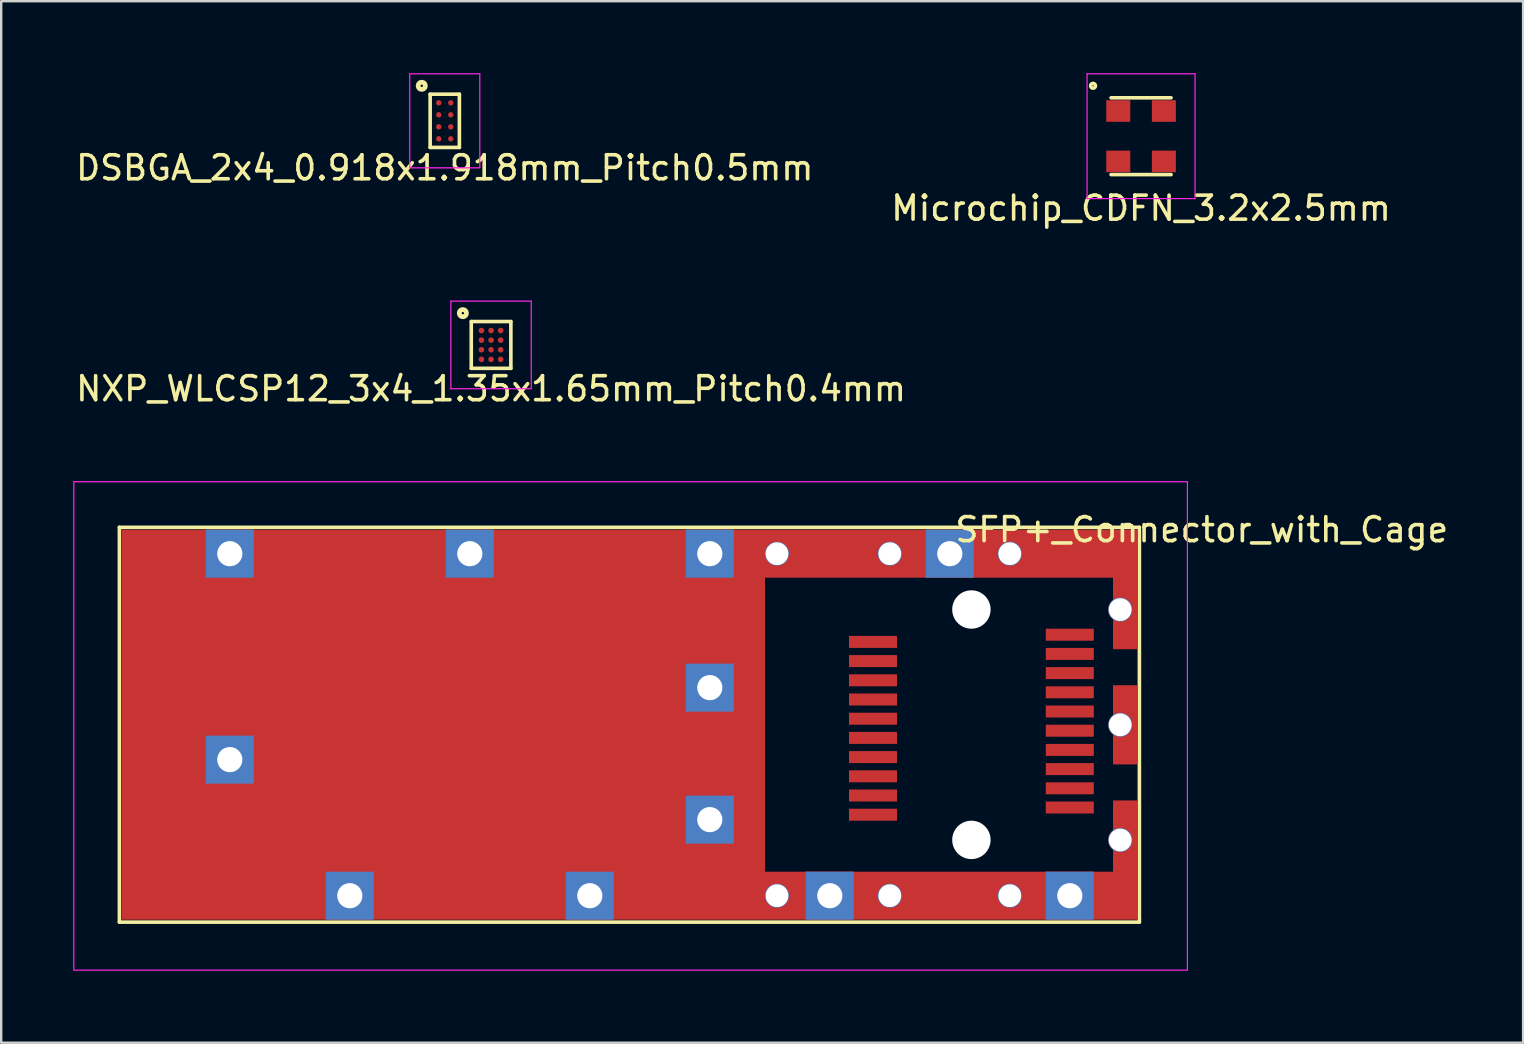
<source format=kicad_pcb>
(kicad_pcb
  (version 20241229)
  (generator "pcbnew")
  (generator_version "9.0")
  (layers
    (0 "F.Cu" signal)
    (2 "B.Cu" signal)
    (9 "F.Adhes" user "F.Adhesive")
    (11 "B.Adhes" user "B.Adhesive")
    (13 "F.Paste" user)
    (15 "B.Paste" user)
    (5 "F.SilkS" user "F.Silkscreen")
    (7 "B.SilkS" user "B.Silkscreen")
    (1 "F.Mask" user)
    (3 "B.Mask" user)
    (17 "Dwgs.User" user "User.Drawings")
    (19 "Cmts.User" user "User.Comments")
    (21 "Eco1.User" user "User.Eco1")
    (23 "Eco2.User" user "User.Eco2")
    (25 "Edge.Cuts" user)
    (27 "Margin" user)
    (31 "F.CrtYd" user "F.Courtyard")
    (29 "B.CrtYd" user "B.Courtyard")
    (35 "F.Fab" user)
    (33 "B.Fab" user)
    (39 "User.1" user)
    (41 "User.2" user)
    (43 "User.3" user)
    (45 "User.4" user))
  (footprint "SFP+_Connector_with_Cage"
    (layer "F.Cu")
    (at 2.025 19.021)
    (property "Reference" "SFP+_Connector_with_Cage" (at 45 0 0) (layer "F.SilkS") (effects (font (size 1 1) (thickness 0.15))))
    (attr through_hole)
    (fp_line (start -0.1 -0.1) (end -0.1 16.35) (stroke (width 0.15) (type solid)) (layer "F.SilkS"))
    (fp_line (start -0.1 16.35) (end 42.4 16.35) (stroke (width 0.15) (type solid)) (layer "F.SilkS"))
    (fp_line (start 42.4 -0.1) (end -0.1 -0.1) (stroke (width 0.15) (type solid)) (layer "F.SilkS"))
    (fp_line (start 42.4 16.35) (end 42.4 -0.1) (stroke (width 0.15) (type solid)) (layer "F.SilkS"))
    (fp_line (start -2 -2) (end -2 18.35) (stroke (width 0.05) (type solid)) (layer "F.CrtYd"))
    (fp_line (start -2 18.35) (end 44.4 18.35) (stroke (width 0.05) (type solid)) (layer "F.CrtYd"))
    (fp_line (start 44.4 -2) (end -2 -2) (stroke (width 0.05) (type solid)) (layer "F.CrtYd"))
    (fp_line (start 44.4 18.35) (end 44.4 -2) (stroke (width 0.05) (type solid)) (layer "F.CrtYd"))
    (pad "" np_thru_hole circle (at 35.4 3.325) (size 1.6 1.6) (drill 1.6) (layers "*.Cu" "*.Mask"))
    (pad "" np_thru_hole circle (at 35.4 12.925) (size 1.6 1.6) (drill 1.6) (layers "*.Cu" "*.Mask"))
    (pad "1" smd rect (at 31.3 4.675) (size 2 0.5) (layers "F.Cu" "F.Mask" "F.Paste"))
    (pad "2" smd rect (at 31.3 5.475) (size 2 0.5) (layers "F.Cu" "F.Mask" "F.Paste"))
    (pad "3" smd rect (at 31.3 6.275) (size 2 0.5) (layers "F.Cu" "F.Mask" "F.Paste"))
    (pad "4" smd rect (at 31.3 7.075) (size 2 0.5) (layers "F.Cu" "F.Mask" "F.Paste"))
    (pad "5" smd rect (at 31.3 7.875) (size 2 0.5) (layers "F.Cu" "F.Mask" "F.Paste"))
    (pad "6" smd rect (at 31.3 8.675) (size 2 0.5) (layers "F.Cu" "F.Mask" "F.Paste"))
    (pad "7" smd rect (at 31.3 9.475) (size 2 0.5) (layers "F.Cu" "F.Mask" "F.Paste"))
    (pad "8" smd rect (at 31.3 10.275) (size 2 0.5) (layers "F.Cu" "F.Mask" "F.Paste"))
    (pad "9" smd rect (at 31.3 11.075) (size 2 0.5) (layers "F.Cu" "F.Mask" "F.Paste"))
    (pad "10" smd rect (at 31.3 11.875) (size 2 0.5) (layers "F.Cu" "F.Mask" "F.Paste"))
    (pad "11" smd rect (at 39.5 11.575) (size 2 0.5) (layers "F.Cu" "F.Mask" "F.Paste"))
    (pad "12" smd rect (at 39.5 10.775) (size 2 0.5) (layers "F.Cu" "F.Mask" "F.Paste"))
    (pad "13" smd rect (at 39.5 9.975) (size 2 0.5) (layers "F.Cu" "F.Mask" "F.Paste"))
    (pad "14" smd rect (at 39.5 9.175) (size 2 0.5) (layers "F.Cu" "F.Mask" "F.Paste"))
    (pad "15" smd rect (at 39.5 8.375) (size 2 0.5) (layers "F.Cu" "F.Mask" "F.Paste"))
    (pad "16" smd rect (at 39.5 7.575) (size 2 0.5) (layers "F.Cu" "F.Mask" "F.Paste"))
    (pad "17" smd rect (at 39.5 6.775) (size 2 0.5) (layers "F.Cu" "F.Mask" "F.Paste"))
    (pad "18" smd rect (at 39.5 5.975) (size 2 0.5) (layers "F.Cu" "F.Mask" "F.Paste"))
    (pad "19" smd rect (at 39.5 5.175) (size 2 0.5) (layers "F.Cu" "F.Mask" "F.Paste"))
    (pad "20" smd rect (at 39.5 4.375) (size 2 0.5) (layers "F.Cu" "F.Mask" "F.Paste"))
    (pad "SHIELD" thru_hole rect (at 4.5 1) (size 2 2) (drill 1.05) (layers "*.Cu" "*.Mask"))
    (pad "SHIELD" thru_hole rect (at 4.5 9.58) (size 2 2) (drill 1.05) (layers "*.Cu" "*.Mask"))
    (pad "SHIELD" thru_hole rect (at 9.5 15.25) (size 2 2) (drill 1.05) (layers "*.Cu" "*.Mask"))
    (pad "SHIELD" smd rect (at 13.4 8.125) (size 26.8 16.25) (layers "F.Cu"))
    (pad "SHIELD" thru_hole rect (at 14.5 1) (size 2 2) (drill 1.05) (layers "*.Cu" "*.Mask"))
    (pad "SHIELD" thru_hole rect (at 19.5 15.25) (size 2 2) (drill 1.05) (layers "*.Cu" "*.Mask"))
    (pad "SHIELD" thru_hole rect (at 24.5 1) (size 2 2) (drill 1.05) (layers "*.Cu" "*.Mask"))
    (pad "SHIELD" thru_hole rect (at 24.5 6.58) (size 2 2) (drill 1.05) (layers "*.Cu" "*.Mask"))
    (pad "SHIELD" thru_hole rect (at 24.5 12.08) (size 2 2) (drill 1.05) (layers "*.Cu" "*.Mask"))
    (pad "SHIELD" thru_hole circle (at 27.3 1) (size 1 1) (drill 0.95) (layers "*.Cu" "*.Mask"))
    (pad "SHIELD" thru_hole circle (at 27.3 15.25) (size 1 1) (drill 0.95) (layers "*.Cu" "*.Mask"))
    (pad "SHIELD" thru_hole rect (at 29.5 15.25) (size 2 2) (drill 1.05) (layers "*.Cu" "*.Mask"))
    (pad "SHIELD" thru_hole circle (at 32 1) (size 1 1) (drill 0.95) (layers "*.Cu" "*.Mask"))
    (pad "SHIELD" thru_hole circle (at 32 15.25) (size 1 1) (drill 0.95) (layers "*.Cu" "*.Mask"))
    (pad "SHIELD" thru_hole rect (at 34.5 1) (size 2 2) (drill 1.05) (layers "*.Cu" "*.Mask"))
    (pad "SHIELD" smd rect (at 34.55 1) (size 15.5 2) (layers "F.Cu"))
    (pad "SHIELD" smd rect (at 34.55 15.25) (size 15.5 2) (layers "F.Cu"))
    (pad "SHIELD" thru_hole circle (at 37 1) (size 1 1) (drill 0.95) (layers "*.Cu" "*.Mask"))
    (pad "SHIELD" thru_hole circle (at 37 15.25) (size 1 1) (drill 0.95) (layers "*.Cu" "*.Mask"))
    (pad "SHIELD" thru_hole rect (at 39.5 15.25) (size 2 2) (drill 1.05) (layers "*.Cu" "*.Mask"))
    (pad "SHIELD" thru_hole circle (at 41.6 3.33) (size 1 1) (drill 0.95) (layers "*.Cu" "*.Mask"))
    (pad "SHIELD" thru_hole circle (at 41.6 8.13) (size 1 1) (drill 0.95) (layers "*.Cu" "*.Mask"))
    (pad "SHIELD" thru_hole circle (at 41.6 12.93) (size 1 1) (drill 0.95) (layers "*.Cu" "*.Mask"))
    (pad "SHIELD" smd rect (at 41.8 3.33) (size 1 3.3) (layers "F.Cu"))
    (pad "SHIELD" smd rect (at 41.8 8.13) (size 1 3.3) (layers "F.Cu"))
    (pad "SHIELD" smd rect (at 41.8 12.93) (size 1 3.3) (layers "F.Cu")))
  (footprint "NXP_WLCSP12_3x4_1.35x1.65mm_Pitch0.4mm"
    (layer "F.Cu")
    (at 17.411 11.323)
    (property "Reference" "NXP_WLCSP12_3x4_1.35x1.65mm_Pitch0.4mm" (at 0 1.825 0) (layer "F.SilkS") (effects (font (size 1 1) (thickness 0.15))))
    (attr smd)
    (fp_line (start -0.825 -0.975) (end -0.825 0.975) (stroke (width 0.15) (type solid)) (layer "F.SilkS"))
    (fp_line (start -0.825 0.975) (end 0.825 0.975) (stroke (width 0.15) (type solid)) (layer "F.SilkS"))
    (fp_line (start 0.825 -0.975) (end -0.825 -0.975) (stroke (width 0.15) (type solid)) (layer "F.SilkS"))
    (fp_line (start 0.825 0.975) (end 0.825 -0.975) (stroke (width 0.15) (type solid)) (layer "F.SilkS"))
    (fp_circle (center -1.175 -1.325) (end -1.025 -1.325) (stroke (width 0.2) (type solid)) (fill no) (layer "F.SilkS"))
    (fp_line (start -1.675 -1.825) (end -1.675 1.825) (stroke (width 0.05) (type solid)) (layer "F.CrtYd"))
    (fp_line (start -1.675 1.825) (end 1.675 1.825) (stroke (width 0.05) (type solid)) (layer "F.CrtYd"))
    (fp_line (start 1.675 -1.825) (end -1.675 -1.825) (stroke (width 0.05) (type solid)) (layer "F.CrtYd"))
    (fp_line (start 1.675 1.825) (end 1.675 -1.825) (stroke (width 0.05) (type solid)) (layer "F.CrtYd"))
    (pad "A1" smd circle (at -0.4 -0.6) (size 0.234 0.234) (layers "F.Cu" "F.Mask" "F.Paste"))
    (pad "A2" smd circle (at 0 -0.6) (size 0.234 0.234) (layers "F.Cu" "F.Mask" "F.Paste"))
    (pad "A3" smd circle (at 0.4 -0.6) (size 0.234 0.234) (layers "F.Cu" "F.Mask" "F.Paste"))
    (pad "B1" smd circle (at -0.4 -0.2) (size 0.234 0.234) (layers "F.Cu" "F.Mask" "F.Paste"))
    (pad "B2" smd circle (at 0 -0.2) (size 0.234 0.234) (layers "F.Cu" "F.Mask" "F.Paste"))
    (pad "B3" smd circle (at 0.4 -0.2) (size 0.234 0.234) (layers "F.Cu" "F.Mask" "F.Paste"))
    (pad "C1" smd circle (at -0.4 0.2) (size 0.234 0.234) (layers "F.Cu" "F.Mask" "F.Paste"))
    (pad "C2" smd circle (at 0 0.2) (size 0.234 0.234) (layers "F.Cu" "F.Mask" "F.Paste"))
    (pad "C3" smd circle (at 0.4 0.2) (size 0.234 0.234) (layers "F.Cu" "F.Mask" "F.Paste"))
    (pad "D1" smd circle (at -0.4 0.6) (size 0.234 0.234) (layers "F.Cu" "F.Mask" "F.Paste"))
    (pad "D2" smd circle (at 0 0.6) (size 0.234 0.234) (layers "F.Cu" "F.Mask" "F.Paste"))
    (pad "D3" smd circle (at 0.4 0.6) (size 0.234 0.234) (layers "F.Cu" "F.Mask" "F.Paste")))
  (footprint "Microchip_CDFN_3.2x2.5mm"
    (layer "F.Cu")
    (at 44.494 2.625)
    (property "Reference" "Microchip_CDFN_3.2x2.5mm" (at 0 3 0) (layer "F.SilkS") (effects (font (size 1 1) (thickness 0.15))))
    (attr through_hole)
    (fp_line (start -1.25 -1.6) (end 1.25 -1.6) (stroke (width 0.15) (type solid)) (layer "F.SilkS"))
    (fp_line (start -1.25 1.6) (end 1.25 1.6) (stroke (width 0.15) (type solid)) (layer "F.SilkS"))
    (fp_circle (center -2 -2.1) (end -1.9 -2.1) (stroke (width 0.15) (type solid)) (fill no) (layer "F.SilkS"))
    (fp_line (start -2.25 -2.6) (end -2.25 2.6) (stroke (width 0.05) (type solid)) (layer "F.CrtYd"))
    (fp_line (start -2.25 2.6) (end 2.25 2.6) (stroke (width 0.05) (type solid)) (layer "F.CrtYd"))
    (fp_line (start 2.25 -2.6) (end -2.25 -2.6) (stroke (width 0.05) (type solid)) (layer "F.CrtYd"))
    (fp_line (start 2.25 2.6) (end 2.25 -2.6) (stroke (width 0.05) (type solid)) (layer "F.CrtYd"))
    (pad "1" smd rect (at -0.95 -1.05) (size 1 0.9) (layers "F.Cu" "F.Mask" "F.Paste"))
    (pad "2" smd rect (at -0.95 1.05) (size 1 0.9) (layers "F.Cu" "F.Mask" "F.Paste"))
    (pad "3" smd rect (at 0.95 1.05) (size 1 0.9) (layers "F.Cu" "F.Mask" "F.Paste"))
    (pad "4" smd rect (at 0.95 -1.05) (size 1 0.9) (layers "F.Cu" "F.Mask" "F.Paste")))
  (footprint "DSBGA_2x4_0.918x1.918mm_Pitch0.5mm"
    (layer "F.Cu")
    (at 15.482 1.984)
    (property "Reference" "DSBGA_2x4_0.918x1.918mm_Pitch0.5mm" (at 0 1.959 0) (layer "F.SilkS") (effects (font (size 1 1) (thickness 0.15))))
    (attr smd)
    (fp_line (start -0.609 -1.109) (end -0.609 1.109) (stroke (width 0.15) (type solid)) (layer "F.SilkS"))
    (fp_line (start -0.609 1.109) (end 0.609 1.109) (stroke (width 0.15) (type solid)) (layer "F.SilkS"))
    (fp_line (start 0.609 -1.109) (end -0.609 -1.109) (stroke (width 0.15) (type solid)) (layer "F.SilkS"))
    (fp_line (start 0.609 1.109) (end 0.609 -1.109) (stroke (width 0.15) (type solid)) (layer "F.SilkS"))
    (fp_circle (center -0.959 -1.459) (end -0.809 -1.459) (stroke (width 0.2) (type solid)) (fill no) (layer "F.SilkS"))
    (fp_line (start -1.459 -1.959) (end -1.459 1.959) (stroke (width 0.05) (type solid)) (layer "F.CrtYd"))
    (fp_line (start -1.459 1.959) (end 1.459 1.959) (stroke (width 0.05) (type solid)) (layer "F.CrtYd"))
    (fp_line (start 1.459 -1.959) (end -1.459 -1.959) (stroke (width 0.05) (type solid)) (layer "F.CrtYd"))
    (fp_line (start 1.459 1.959) (end 1.459 -1.959) (stroke (width 0.05) (type solid)) (layer "F.CrtYd"))
    (pad "A1" smd circle (at -0.25 -0.75) (size 0.225 0.225) (layers "F.Cu" "F.Mask"))
    (pad "A2" smd circle (at 0.25 -0.75) (size 0.225 0.225) (layers "F.Cu" "F.Mask"))
    (pad "B1" smd circle (at -0.25 -0.25) (size 0.225 0.225) (layers "F.Cu" "F.Mask"))
    (pad "B2" smd circle (at 0.25 -0.25) (size 0.225 0.225) (layers "F.Cu" "F.Mask"))
    (pad "C1" smd circle (at -0.25 0.25) (size 0.225 0.225) (layers "F.Cu" "F.Mask"))
    (pad "C2" smd circle (at 0.25 0.25) (size 0.225 0.225) (layers "F.Cu" "F.Mask"))
    (pad "D1" smd circle (at -0.25 0.75) (size 0.225 0.225) (layers "F.Cu" "F.Mask"))
    (pad "D2" smd circle (at 0.25 0.75) (size 0.225 0.225) (layers "F.Cu" "F.Mask")))
  (gr_rect
    (start -3 -3)
    (end 60.412 40.397)
    (stroke (width 0.1) (type default))
    (fill no)
    (layer "Edge.Cuts")))
</source>
